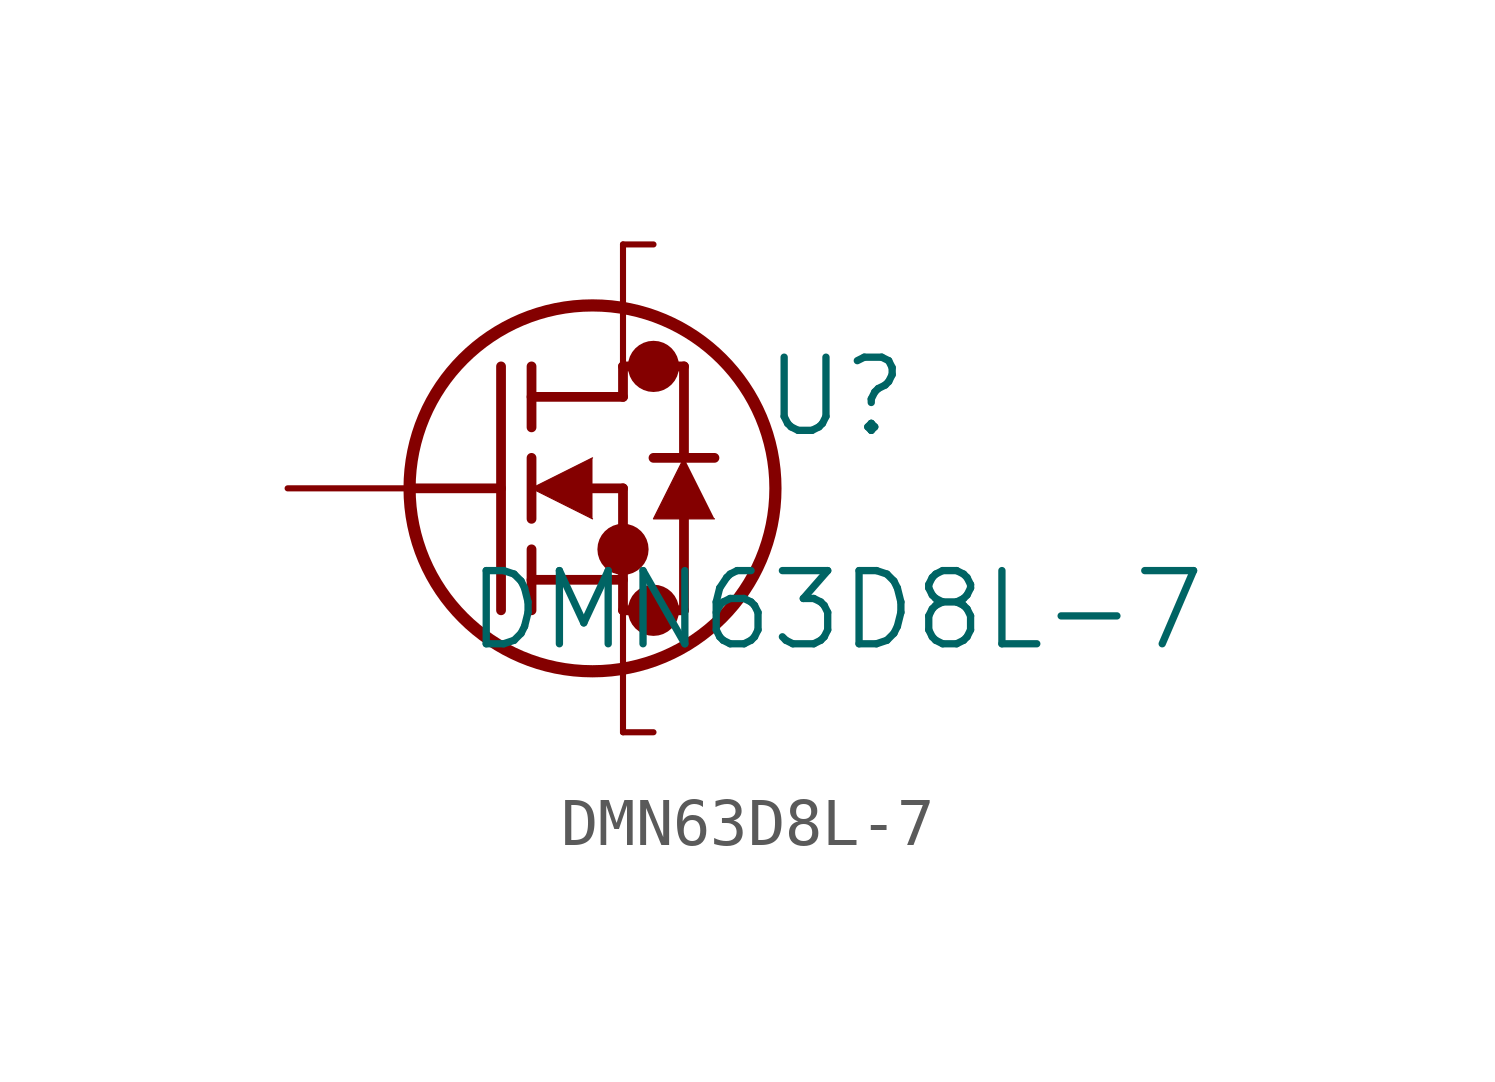
<source format=kicad_sym>
(kicad_symbol_lib
  (version 20211014)
  (generator kicad_symbol_editor)
  (symbol "DMN63D8L-7"
    (pin_names
      (offset 0.254))
    (property "Reference" "U"
      (at 13.97 1.905 0)
      (effects (font (size 1.524 1.524))))
    (property "Value" "DMN63D8L-7"
      (at 13.97 -2.54 0)
      (effects (font (size 1.524 1.524))))
    (symbol "DMN63D8L-7_0_1"
      (circle (center 10.16 2.54) (radius .0254) (stroke (width .508) (type default) (color 0 0 0 0)) (fill (type none)))
      (circle (center 10.16 -2.54) (radius .0254) (stroke (width .508) (type default) (color 0 0 0 0)) (fill (type none)))
      (circle (center 9.525 -1.27) (radius .0254) (stroke (width .508) (type default) (color 0 0 0 0)) (fill (type none)))
      (circle (center 8.89 0) (radius 3.81) (stroke (width .254) (type default) (color 0 0 0 0)) (fill (type none)))
      (polyline (pts (xy 5.08 0) (xy 6.985 0)) (stroke (width .2032) (type default) (color 0 0 0 0)) (fill (type none)))
      (polyline (pts (xy 6.985 -2.54) (xy 6.985 2.54)) (stroke (width .2032) (type default) (color 0 0 0 0)) (fill (type none)))
      (polyline (pts (xy 7.62 -.635) (xy 7.62 .635)) (stroke (width .2032) (type default) (color 0 0 0 0)) (fill (type none)))
      (polyline (pts (xy 7.62 -2.54) (xy 7.62 -1.27)) (stroke (width .2032) (type default) (color 0 0 0 0)) (fill (type none)))
      (polyline (pts (xy 7.62 1.27) (xy 7.62 2.54)) (stroke (width .2032) (type default) (color 0 0 0 0)) (fill (type none)))
      (polyline (pts (xy 8.89 0) (xy 9.525 0)) (stroke (width .2032) (type default) (color 0 0 0 0)) (fill (type none)))
      (polyline (pts (xy 7.62 -1.905) (xy 9.525 -1.905)) (stroke (width .2032) (type default) (color 0 0 0 0)) (fill (type none)))
      (polyline (pts (xy 9.525 -2.54) (xy 9.525 0)) (stroke (width .2032) (type default) (color 0 0 0 0)) (fill (type none)))
      (polyline (pts (xy 9.525 -2.54) (xy 10.795 -2.54)) (stroke (width .2032) (type default) (color 0 0 0 0)) (fill (type none)))
      (polyline (pts (xy 7.62 1.905) (xy 9.525 1.905)) (stroke (width .2032) (type default) (color 0 0 0 0)) (fill (type none)))
      (polyline (pts (xy 10.795 .635) (xy 10.795 2.54)) (stroke (width .2032) (type default) (color 0 0 0 0)) (fill (type none)))
      (polyline (pts (xy 8.89 .635) (xy 7.62 0) (xy 8.89 -.635)) (stroke (width .0254) (type default) (color 0 0 0 0)) (fill (type outline)))
      (polyline (pts (xy 11.43 -.635) (xy 10.16 -.635) (xy 10.795 .635)) (stroke (width .0254) (type default) (color 0 0 0 0)) (fill (type outline)))
      (polyline (pts (xy 10.795 -2.54) (xy 10.795 -.635)) (stroke (width .2032) (type default) (color 0 0 0 0)) (fill (type none)))
      (polyline (pts (xy 11.43 .635) (xy 10.16 .635)) (stroke (width .2032) (type default) (color 0 0 0 0)) (fill (type none)))
      (polyline (pts (xy 9.525 2.54) (xy 10.795 2.54)) (stroke (width .2032) (type default) (color 0 0 0 0)) (fill (type none)))
      (polyline (pts (xy 9.525 1.905) (xy 9.525 2.54)) (stroke (width .2032) (type default) (color 0 0 0 0)) (fill (type none)))
      (polyline (pts (xy 10.16 -5.08) (xy 9.525 -5.08)) (stroke (width .127) (type default) (color 0 0 0 0)) (fill (type none)))
      (polyline (pts (xy 9.525 -5.08) (xy 9.525 -2.54)) (stroke (width .127) (type default) (color 0 0 0 0)) (fill (type none)))
      (polyline (pts (xy 9.525 2.54) (xy 9.525 5.08)) (stroke (width .127) (type default) (color 0 0 0 0)) (fill (type none)))
      (polyline (pts (xy 9.525 5.08) (xy 10.16 5.08)) (stroke (width .127) (type default) (color 0 0 0 0)) (fill (type none)))
      (polyline (pts (xy 2.54 0) (xy 5.08 0)) (stroke (width .127) (type default) (color 0 0 0 0)) (fill (type none))))))
</source>
